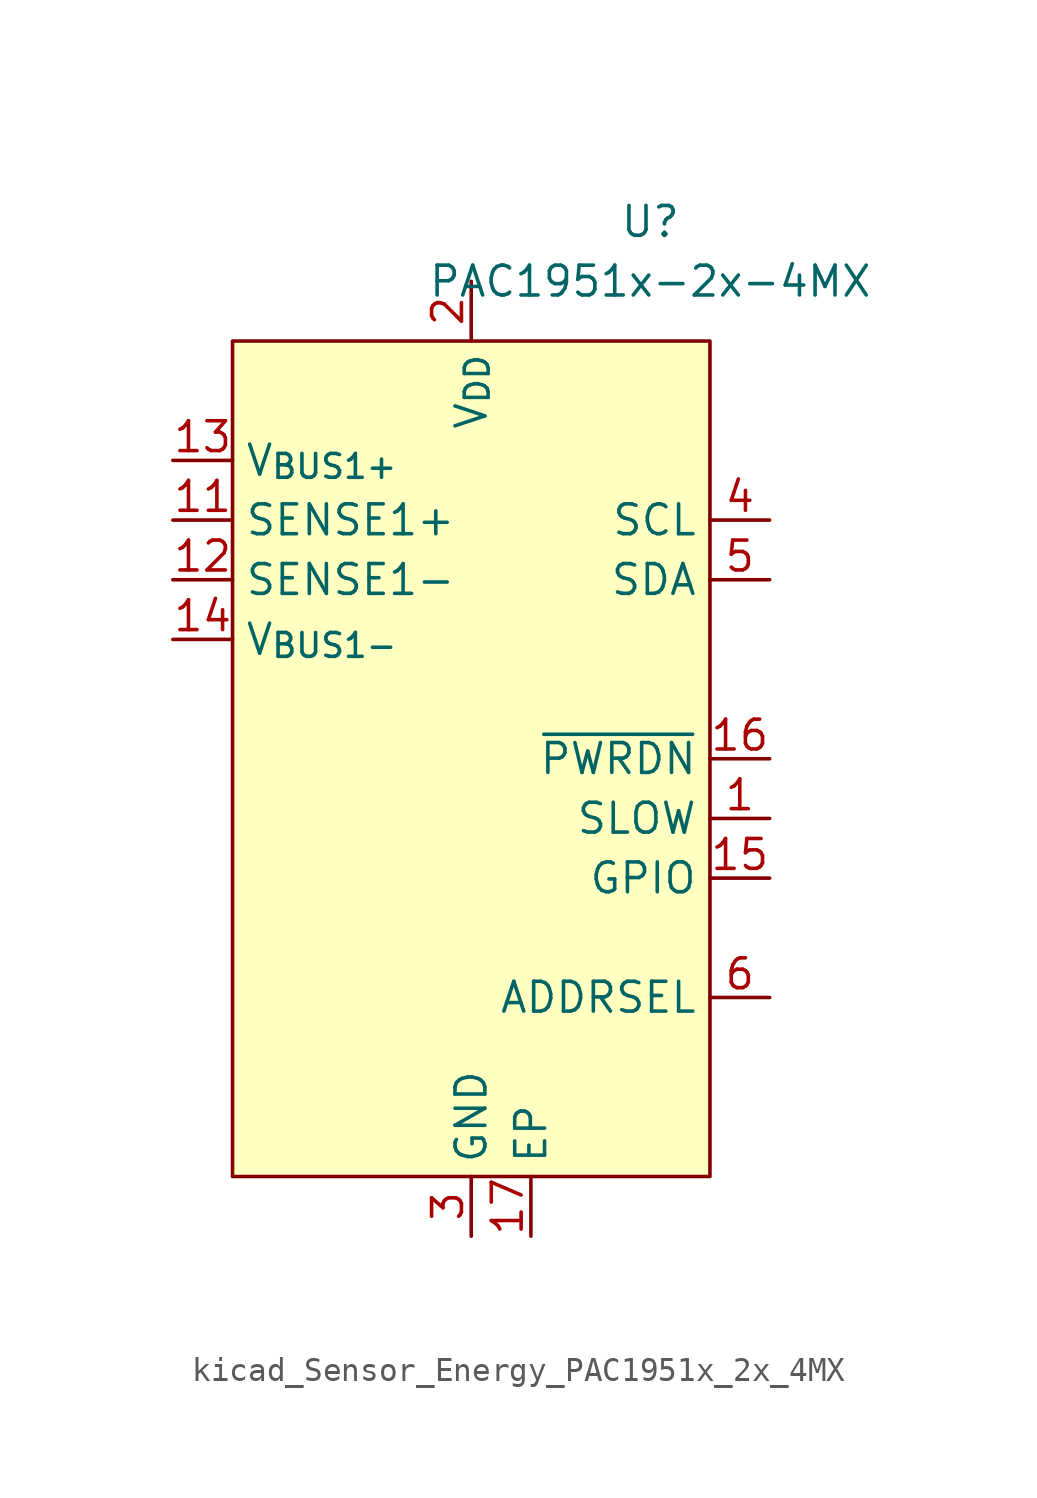
<source format=kicad_sym>
(kicad_symbol_lib
  (version 20220914)
  (generator kicad_symbol_editor)
  (symbol "kicad_Sensor_Energy_PAC1951x_2x_4MX"
    (property "Reference" "U"
      (at 7.62 22.86 0)
      (effects (font (size 1.27 1.27))))
    (property "Value" "PAC1951x-2x-4MX"
      (at 7.62 20.32 0)
      (effects (font (size 1.27 1.27))))
    (symbol "kicad_Sensor_Energy_PAC1951x_2x_4MX_0_0"
      (pin input line (at 12.7 -2.54 180) (length 2.54) (name "SLOW" (effects (font (size 1.27 1.27)))) (number "1" (effects (font (size 1.27 1.27)))) (alternate "GPIO" bidirectional line) (alternate "~{ALERT1}" open_collector line))
      (pin passive line (at 0 -20.32 90) (length 2.54) hide (name "GND" (effects (font (size 1.27 1.27)))) (number "10" (effects (font (size 1.27 1.27)))))
      (pin input line (at -12.7 10.16 0) (length 2.54) (name "SENSE1+" (effects (font (size 1.27 1.27)))) (number "11" (effects (font (size 1.27 1.27)))))
      (pin input line (at -12.7 7.62 0) (length 2.54) (name "SENSE1-" (effects (font (size 1.27 1.27)))) (number "12" (effects (font (size 1.27 1.27)))))
      (pin input line (at -12.7 12.7 0) (length 2.54) (name "V_{BUS1+}" (effects (font (size 1.27 1.27)))) (number "13" (effects (font (size 1.27 1.27)))))
      (pin input line (at -12.7 5.08 0) (length 2.54) (name "V_{BUS1-}" (effects (font (size 1.27 1.27)))) (number "14" (effects (font (size 1.27 1.27)))))
      (pin bidirectional line (at 12.7 -5.08 180) (length 2.54) (name "GPIO" (effects (font (size 1.27 1.27)))) (number "15" (effects (font (size 1.27 1.27)))) (alternate "~{ALERT2}" open_collector line))
      (pin input line (at 12.7 0 180) (length 2.54) (name "~{PWRDN}" (effects (font (size 1.27 1.27)))) (number "16" (effects (font (size 1.27 1.27)))))
      (pin passive line (at 2.54 -20.32 90) (length 2.54) (name "EP" (effects (font (size 1.27 1.27)))) (number "17" (effects (font (size 1.27 1.27)))))
      (pin power_in line (at 0 20.32 270) (length 2.54) (name "V_{DD}" (effects (font (size 1.27 1.27)))) (number "2" (effects (font (size 1.27 1.27)))))
      (pin power_in line (at 0 -20.32 90) (length 2.54) (name "GND" (effects (font (size 1.27 1.27)))) (number "3" (effects (font (size 1.27 1.27)))))
      (pin input line (at 12.7 10.16 180) (length 2.54) (name "SCL" (effects (font (size 1.27 1.27)))) (number "4" (effects (font (size 1.27 1.27)))) (alternate "SM_CLK" input line))
      (pin bidirectional line (at 12.7 7.62 180) (length 2.54) (name "SDA" (effects (font (size 1.27 1.27)))) (number "5" (effects (font (size 1.27 1.27)))) (alternate "SM_DATA" bidirectional line))
      (pin passive line (at 12.7 -10.16 180) (length 2.54) (name "ADDRSEL" (effects (font (size 1.27 1.27)))) (number "6" (effects (font (size 1.27 1.27)))))
      (pin passive line (at 0 -20.32 90) (length 2.54) hide (name "GND" (effects (font (size 1.27 1.27)))) (number "7" (effects (font (size 1.27 1.27)))))
      (pin passive line (at 0 -20.32 90) (length 2.54) hide (name "GND" (effects (font (size 1.27 1.27)))) (number "8" (effects (font (size 1.27 1.27)))))
      (pin passive line (at 0 -20.32 90) (length 2.54) hide (name "GND" (effects (font (size 1.27 1.27)))) (number "9" (effects (font (size 1.27 1.27))))))
    (symbol "kicad_Sensor_Energy_PAC1951x_2x_4MX_0_1"
      (rectangle (start -10.16 17.78) (end 10.16 -17.78) (stroke (width 0) (type default)) (fill (type background))))))
</source>
